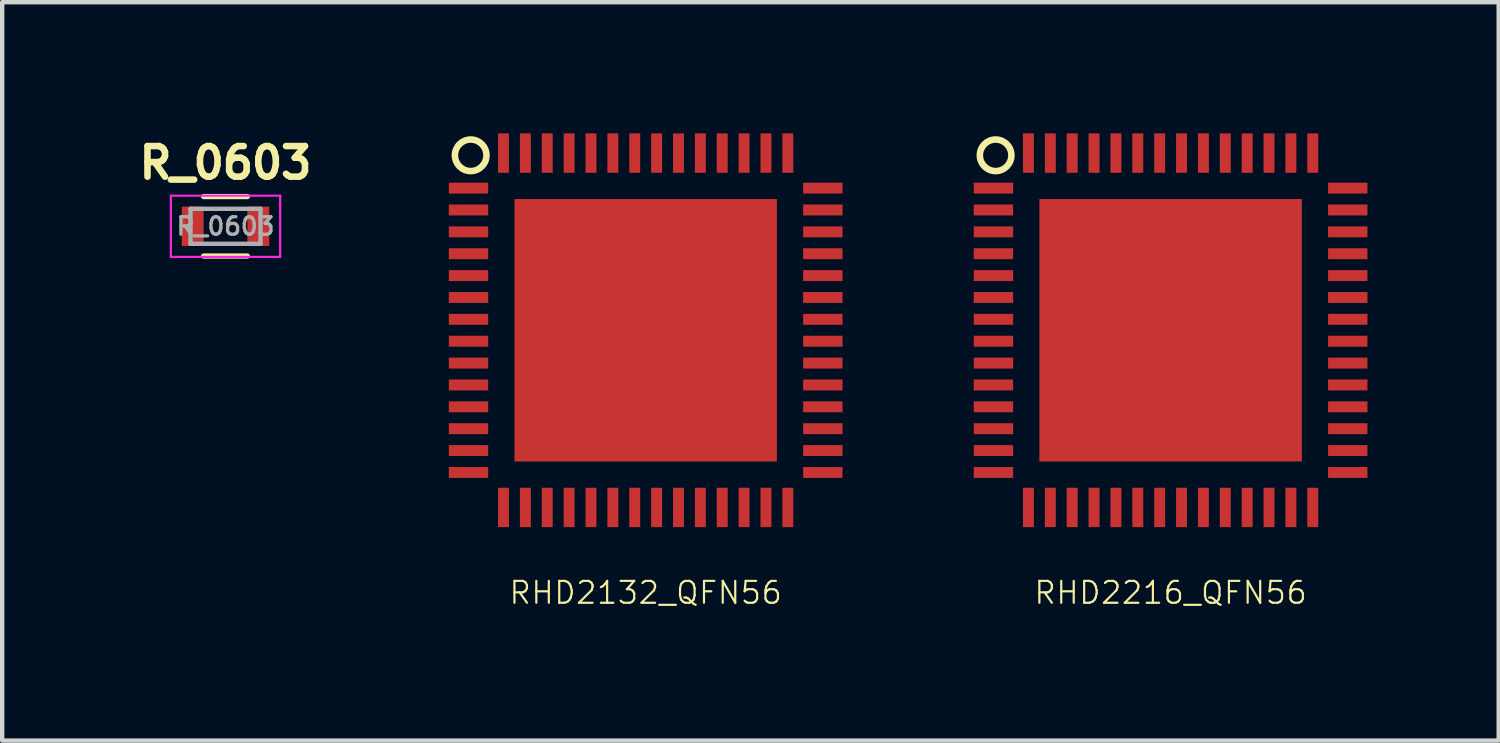
<source format=kicad_pcb>
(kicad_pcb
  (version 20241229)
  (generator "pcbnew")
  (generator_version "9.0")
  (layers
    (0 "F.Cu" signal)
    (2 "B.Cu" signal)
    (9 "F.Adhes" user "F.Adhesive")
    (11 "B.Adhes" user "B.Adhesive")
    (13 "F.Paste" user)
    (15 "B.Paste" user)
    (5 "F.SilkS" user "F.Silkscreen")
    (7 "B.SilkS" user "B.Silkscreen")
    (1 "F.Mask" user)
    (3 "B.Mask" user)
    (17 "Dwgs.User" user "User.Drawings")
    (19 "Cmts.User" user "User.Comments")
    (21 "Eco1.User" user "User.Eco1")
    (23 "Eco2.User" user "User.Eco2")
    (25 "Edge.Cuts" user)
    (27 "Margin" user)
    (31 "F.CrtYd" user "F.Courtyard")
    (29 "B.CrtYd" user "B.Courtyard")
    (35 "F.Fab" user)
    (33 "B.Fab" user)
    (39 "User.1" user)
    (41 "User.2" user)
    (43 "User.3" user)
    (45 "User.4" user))
  (footprint "R_0603"
    (layer "F.Cu")
    (at 2.105 2.123)
    (property "Reference" "R_0603" (at 0 -1.45 0) (layer "F.SilkS") (effects (font (size 0.7 0.7) (thickness 0.15))))
    (attr smd)
    (fp_line (start -0.5 -0.68) (end 0.5 -0.68) (stroke (width 0.12) (type solid)) (layer "F.SilkS"))
    (fp_line (start 0.5 0.68) (end -0.5 0.68) (stroke (width 0.12) (type solid)) (layer "F.SilkS"))
    (fp_line (start -1.25 -0.7) (end -1.25 0.7) (stroke (width 0.05) (type solid)) (layer "F.CrtYd"))
    (fp_line (start -1.25 -0.7) (end 1.25 -0.7) (stroke (width 0.05) (type solid)) (layer "F.CrtYd"))
    (fp_line (start 1.25 0.7) (end -1.25 0.7) (stroke (width 0.05) (type solid)) (layer "F.CrtYd"))
    (fp_line (start 1.25 0.7) (end 1.25 -0.7) (stroke (width 0.05) (type solid)) (layer "F.CrtYd"))
    (fp_line (start -0.8 -0.4) (end 0.8 -0.4) (stroke (width 0.1) (type solid)) (layer "F.Fab"))
    (fp_line (start -0.8 0.4) (end -0.8 -0.4) (stroke (width 0.1) (type solid)) (layer "F.Fab"))
    (fp_line (start 0.8 -0.4) (end 0.8 0.4) (stroke (width 0.1) (type solid)) (layer "F.Fab"))
    (fp_line (start 0.8 0.4) (end -0.8 0.4) (stroke (width 0.1) (type solid)) (layer "F.Fab"))
    (fp_text user "${REFERENCE}" (at 0 0 0) (layer "F.Fab") (effects (font (size 0.4 0.4) (thickness 0.075))))
    (pad "1" smd rect (at -0.75 0) (size 0.5 0.9) (layers "F.Cu" "F.Mask" "F.Paste"))
    (pad "2" smd rect (at 0.75 0) (size 0.5 0.9) (layers "F.Cu" "F.Mask" "F.Paste")))
  (footprint "RHD2132_QFN56"
    (layer "F.Cu")
    (at 11.71 4.5)
    (property "Reference" "RHD2132_QFN56" (at 0 6 0) (layer "F.SilkS") (effects (font (size 0.5 0.5) (thickness 0.05))))
    (attr through_hole)
    (fp_circle (center -4 -4) (end -3.7 -4.2) (stroke (width 0.15) (type solid)) (fill no) (layer "F.SilkS"))
    (pad "1" smd rect (at -4.05 -3.25) (size 0.9 0.25) (layers "F.Cu" "F.Mask" "F.Paste"))
    (pad "2" smd rect (at -4.05 -2.75) (size 0.9 0.25) (layers "F.Cu" "F.Mask" "F.Paste"))
    (pad "3" smd rect (at -4.05 -2.25) (size 0.9 0.25) (layers "F.Cu" "F.Mask" "F.Paste"))
    (pad "4" smd rect (at -4.05 -1.75) (size 0.9 0.25) (layers "F.Cu" "F.Mask" "F.Paste"))
    (pad "5" smd rect (at -4.05 -1.25) (size 0.9 0.25) (layers "F.Cu" "F.Mask" "F.Paste"))
    (pad "6" smd rect (at -4.05 -0.75) (size 0.9 0.25) (layers "F.Cu" "F.Mask" "F.Paste"))
    (pad "7" smd rect (at -4.05 -0.25) (size 0.9 0.25) (layers "F.Cu" "F.Mask" "F.Paste"))
    (pad "8" smd rect (at -4.05 0.25) (size 0.9 0.25) (layers "F.Cu" "F.Mask" "F.Paste"))
    (pad "9" smd rect (at -4.05 0.75) (size 0.9 0.25) (layers "F.Cu" "F.Mask" "F.Paste"))
    (pad "10" smd rect (at -4.05 1.25) (size 0.9 0.25) (layers "F.Cu" "F.Mask" "F.Paste"))
    (pad "11" smd rect (at -4.05 1.75) (size 0.9 0.25) (layers "F.Cu" "F.Mask" "F.Paste"))
    (pad "12" smd rect (at -4.05 2.25) (size 0.9 0.25) (layers "F.Cu" "F.Mask" "F.Paste"))
    (pad "13" smd rect (at -4.05 2.75) (size 0.9 0.25) (layers "F.Cu" "F.Mask" "F.Paste"))
    (pad "14" smd rect (at -4.05 3.25) (size 0.9 0.25) (layers "F.Cu" "F.Mask" "F.Paste"))
    (pad "15" smd rect (at -3.25 4.05) (size 0.25 0.9) (layers "F.Cu" "F.Mask" "F.Paste"))
    (pad "16" smd rect (at -2.75 4.05) (size 0.25 0.9) (layers "F.Cu" "F.Mask" "F.Paste"))
    (pad "17" smd rect (at -2.25 4.05) (size 0.25 0.9) (layers "F.Cu" "F.Mask" "F.Paste"))
    (pad "18" smd rect (at -1.75 4.05) (size 0.25 0.9) (layers "F.Cu" "F.Mask" "F.Paste"))
    (pad "19" smd rect (at -1.25 4.05) (size 0.25 0.9) (layers "F.Cu" "F.Mask" "F.Paste"))
    (pad "20" smd rect (at -0.75 4.05) (size 0.25 0.9) (layers "F.Cu" "F.Mask" "F.Paste"))
    (pad "21" smd rect (at -0.25 4.05) (size 0.25 0.9) (layers "F.Cu" "F.Mask" "F.Paste"))
    (pad "22" smd rect (at 0.25 4.05) (size 0.25 0.9) (layers "F.Cu" "F.Mask" "F.Paste"))
    (pad "23" smd rect (at 0.75 4.05) (size 0.25 0.9) (layers "F.Cu" "F.Mask" "F.Paste"))
    (pad "24" smd rect (at 1.25 4.05) (size 0.25 0.9) (layers "F.Cu" "F.Mask" "F.Paste"))
    (pad "25" smd rect (at 1.75 4.05) (size 0.25 0.9) (layers "F.Cu" "F.Mask" "F.Paste"))
    (pad "26" smd rect (at 2.25 4.05) (size 0.25 0.9) (layers "F.Cu" "F.Mask" "F.Paste"))
    (pad "27" smd rect (at 2.75 4.05) (size 0.25 0.9) (layers "F.Cu" "F.Mask" "F.Paste"))
    (pad "28" smd rect (at 3.25 4.05) (size 0.25 0.9) (layers "F.Cu" "F.Mask" "F.Paste"))
    (pad "29" smd rect (at 4.05 3.25) (size 0.9 0.25) (layers "F.Cu" "F.Mask" "F.Paste"))
    (pad "30" smd rect (at 4.05 2.75) (size 0.9 0.25) (layers "F.Cu" "F.Mask" "F.Paste"))
    (pad "31" smd rect (at 4.05 2.25) (size 0.9 0.25) (layers "F.Cu" "F.Mask" "F.Paste"))
    (pad "32" smd rect (at 4.05 1.75) (size 0.9 0.25) (layers "F.Cu" "F.Mask" "F.Paste"))
    (pad "33" smd rect (at 4.05 1.25) (size 0.9 0.25) (layers "F.Cu" "F.Mask" "F.Paste"))
    (pad "34" smd rect (at 4.05 0.75) (size 0.9 0.25) (layers "F.Cu" "F.Mask" "F.Paste"))
    (pad "35" smd rect (at 4.05 0.25) (size 0.9 0.25) (layers "F.Cu" "F.Mask" "F.Paste"))
    (pad "36" smd rect (at 4.05 -0.25) (size 0.9 0.25) (layers "F.Cu" "F.Mask" "F.Paste"))
    (pad "37" smd rect (at 4.05 -0.75) (size 0.9 0.25) (layers "F.Cu" "F.Mask" "F.Paste"))
    (pad "38" smd rect (at 4.05 -1.25) (size 0.9 0.25) (layers "F.Cu" "F.Mask" "F.Paste"))
    (pad "39" smd rect (at 4.05 -1.75) (size 0.9 0.25) (layers "F.Cu" "F.Mask" "F.Paste"))
    (pad "40" smd rect (at 4.05 -2.25) (size 0.9 0.25) (layers "F.Cu" "F.Mask" "F.Paste"))
    (pad "41" smd rect (at 4.05 -2.75) (size 0.9 0.25) (layers "F.Cu" "F.Mask" "F.Paste"))
    (pad "42" smd rect (at 4.05 -3.25) (size 0.9 0.25) (layers "F.Cu" "F.Mask" "F.Paste"))
    (pad "43" smd rect (at 3.25 -4.05) (size 0.25 0.9) (layers "F.Cu" "F.Mask" "F.Paste"))
    (pad "44" smd rect (at 2.75 -4.05) (size 0.25 0.9) (layers "F.Cu" "F.Mask" "F.Paste"))
    (pad "45" smd rect (at 2.25 -4.05) (size 0.25 0.9) (layers "F.Cu" "F.Mask" "F.Paste"))
    (pad "46" smd rect (at 1.75 -4.05) (size 0.25 0.9) (layers "F.Cu" "F.Mask" "F.Paste"))
    (pad "47" smd rect (at 1.25 -4.05) (size 0.25 0.9) (layers "F.Cu" "F.Mask" "F.Paste"))
    (pad "48" smd rect (at 0.75 -4.05) (size 0.25 0.9) (layers "F.Cu" "F.Mask" "F.Paste"))
    (pad "49" smd rect (at 0.25 -4.05) (size 0.25 0.9) (layers "F.Cu" "F.Mask" "F.Paste"))
    (pad "50" smd rect (at -0.25 -4.05) (size 0.25 0.9) (layers "F.Cu" "F.Mask" "F.Paste"))
    (pad "51" smd rect (at -0.75 -4.05) (size 0.25 0.9) (layers "F.Cu" "F.Mask" "F.Paste"))
    (pad "52" smd rect (at -1.25 -4.05) (size 0.25 0.9) (layers "F.Cu" "F.Mask" "F.Paste"))
    (pad "53" smd rect (at -1.75 -4.05) (size 0.25 0.9) (layers "F.Cu" "F.Mask" "F.Paste"))
    (pad "54" smd rect (at -2.25 -4.05) (size 0.25 0.9) (layers "F.Cu" "F.Mask" "F.Paste"))
    (pad "55" smd rect (at -2.75 -4.05) (size 0.25 0.9) (layers "F.Cu" "F.Mask" "F.Paste"))
    (pad "56" smd rect (at -3.25 -4.05) (size 0.25 0.9) (layers "F.Cu" "F.Mask" "F.Paste"))
    (pad "57" smd rect (at 0 0) (size 6 6) (layers "F.Cu" "F.Mask" "F.Paste")))
  (footprint "RHD2216_QFN56"
    (layer "F.Cu")
    (at 23.71 4.5)
    (property "Reference" "RHD2216_QFN56" (at 0 6 0) (layer "F.SilkS") (effects (font (size 0.5 0.5) (thickness 0.05))))
    (attr through_hole)
    (fp_circle (center -4 -4) (end -3.7 -4.2) (stroke (width 0.15) (type solid)) (fill no) (layer "F.SilkS"))
    (pad "1" smd rect (at -4.05 -3.25) (size 0.9 0.25) (layers "F.Cu" "F.Mask" "F.Paste"))
    (pad "2" smd rect (at -4.05 -2.75) (size 0.9 0.25) (layers "F.Cu" "F.Mask" "F.Paste"))
    (pad "3" smd rect (at -4.05 -2.25) (size 0.9 0.25) (layers "F.Cu" "F.Mask" "F.Paste"))
    (pad "4" smd rect (at -4.05 -1.75) (size 0.9 0.25) (layers "F.Cu" "F.Mask" "F.Paste"))
    (pad "5" smd rect (at -4.05 -1.25) (size 0.9 0.25) (layers "F.Cu" "F.Mask" "F.Paste"))
    (pad "6" smd rect (at -4.05 -0.75) (size 0.9 0.25) (layers "F.Cu" "F.Mask" "F.Paste"))
    (pad "7" smd rect (at -4.05 -0.25) (size 0.9 0.25) (layers "F.Cu" "F.Mask" "F.Paste"))
    (pad "8" smd rect (at -4.05 0.25) (size 0.9 0.25) (layers "F.Cu" "F.Mask" "F.Paste"))
    (pad "9" smd rect (at -4.05 0.75) (size 0.9 0.25) (layers "F.Cu" "F.Mask" "F.Paste"))
    (pad "10" smd rect (at -4.05 1.25) (size 0.9 0.25) (layers "F.Cu" "F.Mask" "F.Paste"))
    (pad "11" smd rect (at -4.05 1.75) (size 0.9 0.25) (layers "F.Cu" "F.Mask" "F.Paste"))
    (pad "12" smd rect (at -4.05 2.25) (size 0.9 0.25) (layers "F.Cu" "F.Mask" "F.Paste"))
    (pad "13" smd rect (at -4.05 2.75) (size 0.9 0.25) (layers "F.Cu" "F.Mask" "F.Paste"))
    (pad "14" smd rect (at -4.05 3.25) (size 0.9 0.25) (layers "F.Cu" "F.Mask" "F.Paste"))
    (pad "15" smd rect (at -3.25 4.05) (size 0.25 0.9) (layers "F.Cu" "F.Mask" "F.Paste"))
    (pad "16" smd rect (at -2.75 4.05) (size 0.25 0.9) (layers "F.Cu" "F.Mask" "F.Paste"))
    (pad "17" smd rect (at -2.25 4.05) (size 0.25 0.9) (layers "F.Cu" "F.Mask" "F.Paste"))
    (pad "18" smd rect (at -1.75 4.05) (size 0.25 0.9) (layers "F.Cu" "F.Mask" "F.Paste"))
    (pad "19" smd rect (at -1.25 4.05) (size 0.25 0.9) (layers "F.Cu" "F.Mask" "F.Paste"))
    (pad "20" smd rect (at -0.75 4.05) (size 0.25 0.9) (layers "F.Cu" "F.Mask" "F.Paste"))
    (pad "21" smd rect (at -0.25 4.05) (size 0.25 0.9) (layers "F.Cu" "F.Mask" "F.Paste"))
    (pad "22" smd rect (at 0.25 4.05) (size 0.25 0.9) (layers "F.Cu" "F.Mask" "F.Paste"))
    (pad "23" smd rect (at 0.75 4.05) (size 0.25 0.9) (layers "F.Cu" "F.Mask" "F.Paste"))
    (pad "24" smd rect (at 1.25 4.05) (size 0.25 0.9) (layers "F.Cu" "F.Mask" "F.Paste"))
    (pad "25" smd rect (at 1.75 4.05) (size 0.25 0.9) (layers "F.Cu" "F.Mask" "F.Paste"))
    (pad "26" smd rect (at 2.25 4.05) (size 0.25 0.9) (layers "F.Cu" "F.Mask" "F.Paste"))
    (pad "27" smd rect (at 2.75 4.05) (size 0.25 0.9) (layers "F.Cu" "F.Mask" "F.Paste"))
    (pad "28" smd rect (at 3.25 4.05) (size 0.25 0.9) (layers "F.Cu" "F.Mask" "F.Paste"))
    (pad "29" smd rect (at 4.05 3.25) (size 0.9 0.25) (layers "F.Cu" "F.Mask" "F.Paste"))
    (pad "30" smd rect (at 4.05 2.75) (size 0.9 0.25) (layers "F.Cu" "F.Mask" "F.Paste"))
    (pad "31" smd rect (at 4.05 2.25) (size 0.9 0.25) (layers "F.Cu" "F.Mask" "F.Paste"))
    (pad "32" smd rect (at 4.05 1.75) (size 0.9 0.25) (layers "F.Cu" "F.Mask" "F.Paste"))
    (pad "33" smd rect (at 4.05 1.25) (size 0.9 0.25) (layers "F.Cu" "F.Mask" "F.Paste"))
    (pad "34" smd rect (at 4.05 0.75) (size 0.9 0.25) (layers "F.Cu" "F.Mask" "F.Paste"))
    (pad "35" smd rect (at 4.05 0.25) (size 0.9 0.25) (layers "F.Cu" "F.Mask" "F.Paste"))
    (pad "36" smd rect (at 4.05 -0.25) (size 0.9 0.25) (layers "F.Cu" "F.Mask" "F.Paste"))
    (pad "37" smd rect (at 4.05 -0.75) (size 0.9 0.25) (layers "F.Cu" "F.Mask" "F.Paste"))
    (pad "38" smd rect (at 4.05 -1.25) (size 0.9 0.25) (layers "F.Cu" "F.Mask" "F.Paste"))
    (pad "39" smd rect (at 4.05 -1.75) (size 0.9 0.25) (layers "F.Cu" "F.Mask" "F.Paste"))
    (pad "40" smd rect (at 4.05 -2.25) (size 0.9 0.25) (layers "F.Cu" "F.Mask" "F.Paste"))
    (pad "41" smd rect (at 4.05 -2.75) (size 0.9 0.25) (layers "F.Cu" "F.Mask" "F.Paste"))
    (pad "42" smd rect (at 4.05 -3.25) (size 0.9 0.25) (layers "F.Cu" "F.Mask" "F.Paste"))
    (pad "43" smd rect (at 3.25 -4.05) (size 0.25 0.9) (layers "F.Cu" "F.Mask" "F.Paste"))
    (pad "44" smd rect (at 2.75 -4.05) (size 0.25 0.9) (layers "F.Cu" "F.Mask" "F.Paste"))
    (pad "45" smd rect (at 2.25 -4.05) (size 0.25 0.9) (layers "F.Cu" "F.Mask" "F.Paste"))
    (pad "46" smd rect (at 1.75 -4.05) (size 0.25 0.9) (layers "F.Cu" "F.Mask" "F.Paste"))
    (pad "47" smd rect (at 1.25 -4.05) (size 0.25 0.9) (layers "F.Cu" "F.Mask" "F.Paste"))
    (pad "48" smd rect (at 0.75 -4.05) (size 0.25 0.9) (layers "F.Cu" "F.Mask" "F.Paste"))
    (pad "49" smd rect (at 0.25 -4.05) (size 0.25 0.9) (layers "F.Cu" "F.Mask" "F.Paste"))
    (pad "50" smd rect (at -0.25 -4.05) (size 0.25 0.9) (layers "F.Cu" "F.Mask" "F.Paste"))
    (pad "51" smd rect (at -0.75 -4.05) (size 0.25 0.9) (layers "F.Cu" "F.Mask" "F.Paste"))
    (pad "52" smd rect (at -1.25 -4.05) (size 0.25 0.9) (layers "F.Cu" "F.Mask" "F.Paste"))
    (pad "53" smd rect (at -1.75 -4.05) (size 0.25 0.9) (layers "F.Cu" "F.Mask" "F.Paste"))
    (pad "54" smd rect (at -2.25 -4.05) (size 0.25 0.9) (layers "F.Cu" "F.Mask" "F.Paste"))
    (pad "55" smd rect (at -2.75 -4.05) (size 0.25 0.9) (layers "F.Cu" "F.Mask" "F.Paste"))
    (pad "56" smd rect (at -3.25 -4.05) (size 0.25 0.9) (layers "F.Cu" "F.Mask" "F.Paste"))
    (pad "57" smd rect (at 0 0) (size 6 6) (layers "F.Cu" "F.Mask" "F.Paste")))
  (gr_rect
    (start -3 -3)
    (end 31.21 13.88)
    (stroke (width 0.1) (type default))
    (fill no)
    (layer "Edge.Cuts")))
</source>
